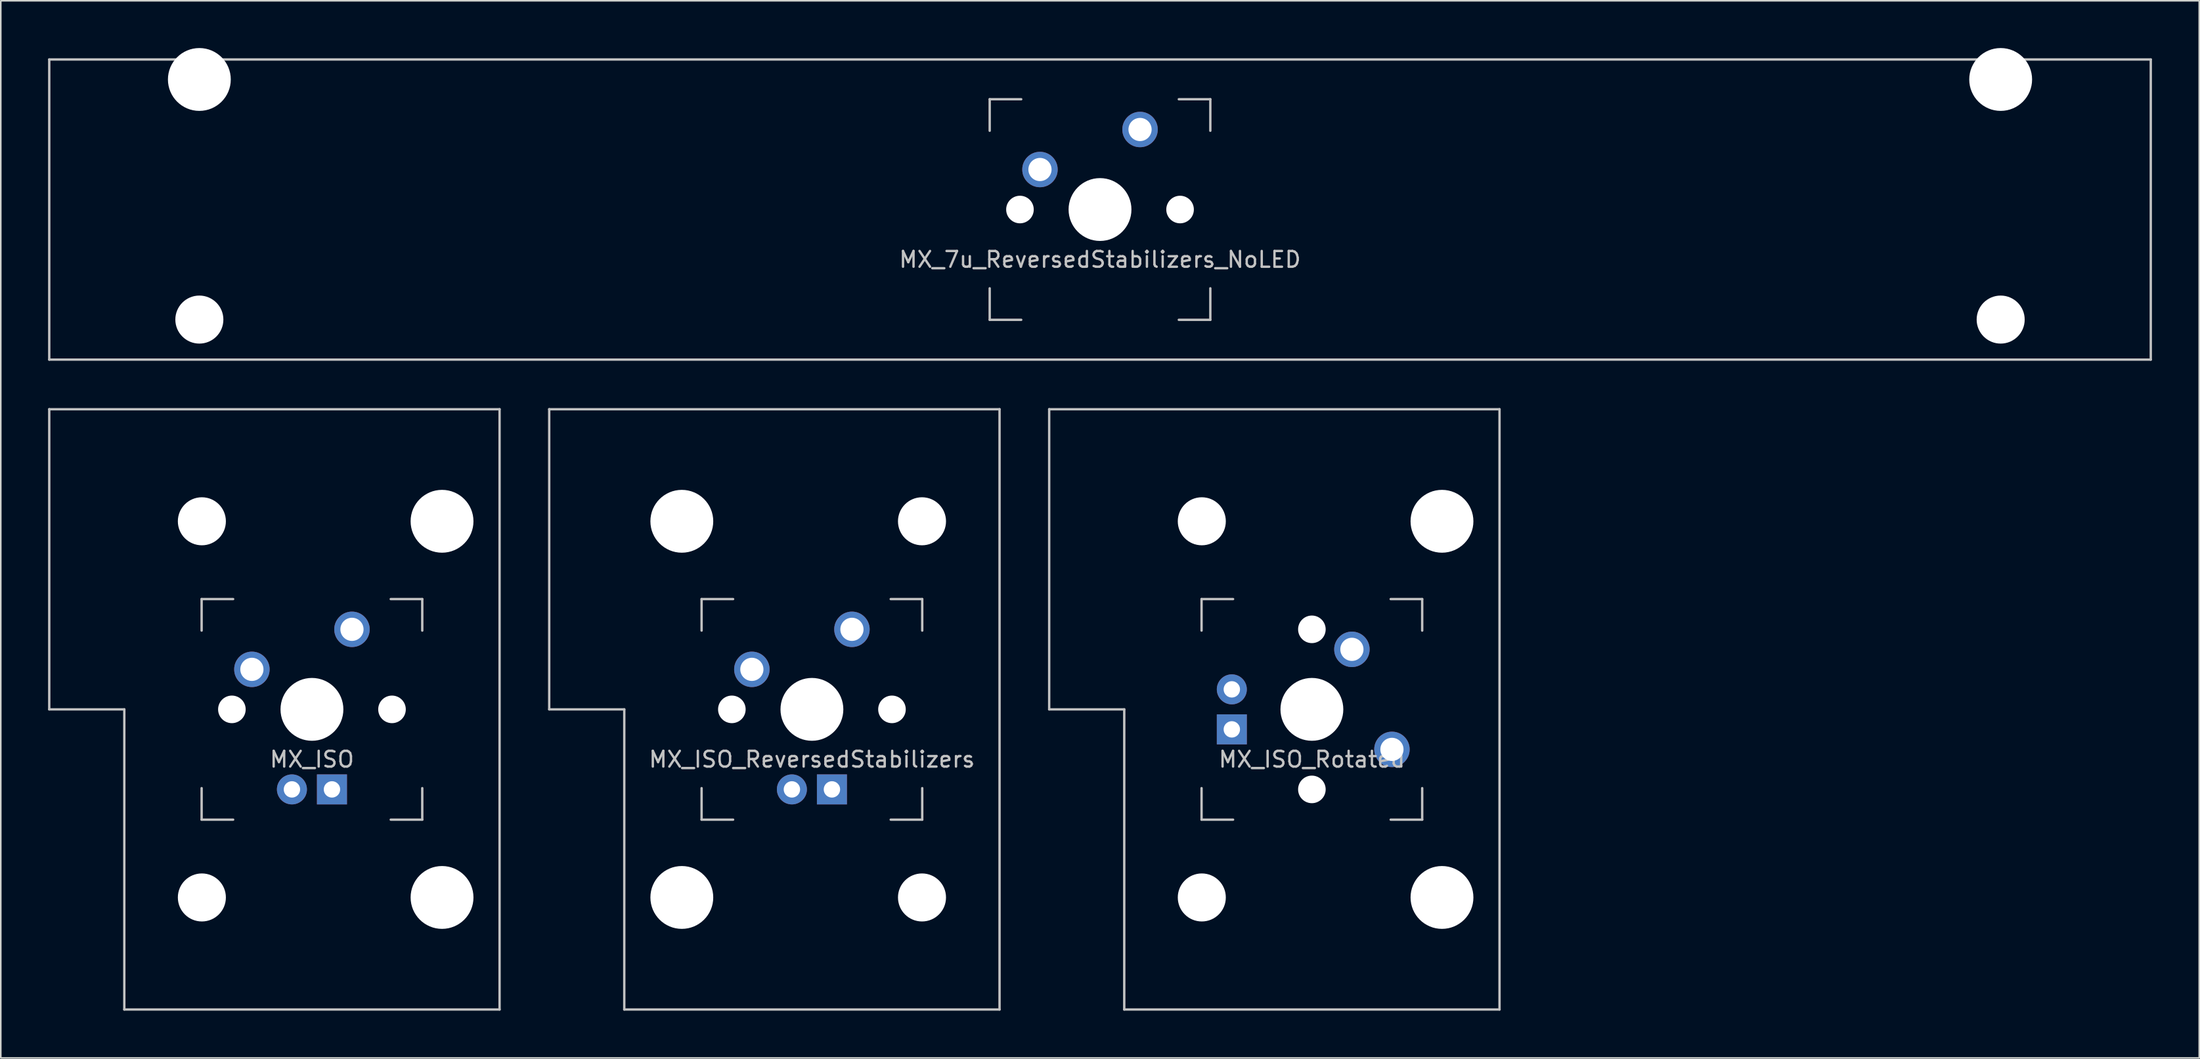
<source format=kicad_pcb>
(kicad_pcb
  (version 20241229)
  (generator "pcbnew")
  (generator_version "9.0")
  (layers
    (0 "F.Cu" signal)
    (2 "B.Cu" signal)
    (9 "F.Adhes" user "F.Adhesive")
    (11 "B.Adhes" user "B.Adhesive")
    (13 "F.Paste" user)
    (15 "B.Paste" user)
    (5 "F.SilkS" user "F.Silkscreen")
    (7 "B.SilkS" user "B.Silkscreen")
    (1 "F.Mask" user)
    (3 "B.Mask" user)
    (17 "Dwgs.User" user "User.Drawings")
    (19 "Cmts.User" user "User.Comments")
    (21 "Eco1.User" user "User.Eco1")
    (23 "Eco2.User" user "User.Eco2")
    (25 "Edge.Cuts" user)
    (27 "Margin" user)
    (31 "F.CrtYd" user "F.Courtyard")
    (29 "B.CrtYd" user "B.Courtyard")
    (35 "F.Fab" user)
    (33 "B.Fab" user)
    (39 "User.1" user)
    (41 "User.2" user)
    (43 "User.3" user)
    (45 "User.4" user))
  (footprint "MX_ISO_Rotated"
    (layer "F.Cu")
    (at 80.194 41.974)
    (property "Reference" "MX_ISO_Rotated" (at 0 3.175 0) (layer "Dwgs.User") (effects (font (size 1 1) (thickness 0.15))))
    (attr through_hole)
    (fp_line (start -16.669 -19.05) (end -16.669 0) (stroke (width 0.15) (type solid)) (layer "Dwgs.User"))
    (fp_line (start -16.669 -19.05) (end 11.906 -19.05) (stroke (width 0.15) (type solid)) (layer "Dwgs.User"))
    (fp_line (start -11.906 0) (end -16.669 0) (stroke (width 0.15) (type solid)) (layer "Dwgs.User"))
    (fp_line (start -11.906 19.05) (end -11.906 0) (stroke (width 0.15) (type solid)) (layer "Dwgs.User"))
    (fp_line (start -11.906 19.05) (end 11.906 19.05) (stroke (width 0.15) (type solid)) (layer "Dwgs.User"))
    (fp_line (start -7 -7) (end -7 -5) (stroke (width 0.15) (type solid)) (layer "Dwgs.User"))
    (fp_line (start -7 5) (end -7 7) (stroke (width 0.15) (type solid)) (layer "Dwgs.User"))
    (fp_line (start -7 7) (end -5 7) (stroke (width 0.15) (type solid)) (layer "Dwgs.User"))
    (fp_line (start -5 -7) (end -7 -7) (stroke (width 0.15) (type solid)) (layer "Dwgs.User"))
    (fp_line (start 5 -7) (end 7 -7) (stroke (width 0.15) (type solid)) (layer "Dwgs.User"))
    (fp_line (start 5 7) (end 7 7) (stroke (width 0.15) (type solid)) (layer "Dwgs.User"))
    (fp_line (start 7 -7) (end 7 -5) (stroke (width 0.15) (type solid)) (layer "Dwgs.User"))
    (fp_line (start 7 7) (end 7 5) (stroke (width 0.15) (type solid)) (layer "Dwgs.User"))
    (fp_line (start 11.906 -19.05) (end 11.906 19.05) (stroke (width 0.15) (type solid)) (layer "Dwgs.User"))
    (pad "" np_thru_hole circle (at -6.985 -11.938) (size 3.048 3.048) (drill 3.048) (layers "*.Cu" "*.Mask"))
    (pad "" np_thru_hole circle (at -6.985 11.938) (size 3.048 3.048) (drill 3.048) (layers "*.Cu" "*.Mask"))
    (pad "" np_thru_hole circle (at 0 -5.08 48.1) (size 1.75 1.75) (drill 1.75) (layers "*.Cu" "*.Mask"))
    (pad "" np_thru_hole circle (at 0 0) (size 3.988 3.988) (drill 3.988) (layers "*.Cu" "*.Mask"))
    (pad "" np_thru_hole circle (at 0 5.08 48.1) (size 1.75 1.75) (drill 1.75) (layers "*.Cu" "*.Mask"))
    (pad "" np_thru_hole circle (at 8.255 -11.938) (size 3.988 3.988) (drill 3.988) (layers "*.Cu" "*.Mask"))
    (pad "" np_thru_hole circle (at 8.255 11.938) (size 3.988 3.988) (drill 3.988) (layers "*.Cu" "*.Mask"))
    (pad "1" thru_hole circle (at 2.54 -3.81) (size 2.25 2.25) (drill 1.47) (layers "*.Cu" "B.Mask"))
    (pad "2" thru_hole circle (at 5.08 2.54) (size 2.25 2.25) (drill 1.47) (layers "*.Cu" "B.Mask"))
    (pad "3" thru_hole circle (at -5.08 -1.27) (size 1.905 1.905) (drill 1.04) (layers "*.Cu" "B.Mask"))
    (pad "4" thru_hole rect (at -5.08 1.27) (size 1.905 1.905) (drill 1.04) (layers "*.Cu" "B.Mask")))
  (footprint "MX_ISO_ReversedStabilizers"
    (layer "F.Cu")
    (at 48.469 41.974)
    (property "Reference" "MX_ISO_ReversedStabilizers" (at 0 3.175 0) (layer "Dwgs.User") (effects (font (size 1 1) (thickness 0.15))))
    (attr through_hole)
    (fp_line (start -16.669 -19.05) (end -16.669 0) (stroke (width 0.15) (type solid)) (layer "Dwgs.User"))
    (fp_line (start -16.669 -19.05) (end 11.906 -19.05) (stroke (width 0.15) (type solid)) (layer "Dwgs.User"))
    (fp_line (start -11.906 0) (end -16.669 0) (stroke (width 0.15) (type solid)) (layer "Dwgs.User"))
    (fp_line (start -11.906 19.05) (end -11.906 0) (stroke (width 0.15) (type solid)) (layer "Dwgs.User"))
    (fp_line (start -11.906 19.05) (end 11.906 19.05) (stroke (width 0.15) (type solid)) (layer "Dwgs.User"))
    (fp_line (start -7 -7) (end -7 -5) (stroke (width 0.15) (type solid)) (layer "Dwgs.User"))
    (fp_line (start -7 5) (end -7 7) (stroke (width 0.15) (type solid)) (layer "Dwgs.User"))
    (fp_line (start -7 7) (end -5 7) (stroke (width 0.15) (type solid)) (layer "Dwgs.User"))
    (fp_line (start -5 -7) (end -7 -7) (stroke (width 0.15) (type solid)) (layer "Dwgs.User"))
    (fp_line (start 5 -7) (end 7 -7) (stroke (width 0.15) (type solid)) (layer "Dwgs.User"))
    (fp_line (start 5 7) (end 7 7) (stroke (width 0.15) (type solid)) (layer "Dwgs.User"))
    (fp_line (start 7 -7) (end 7 -5) (stroke (width 0.15) (type solid)) (layer "Dwgs.User"))
    (fp_line (start 7 7) (end 7 5) (stroke (width 0.15) (type solid)) (layer "Dwgs.User"))
    (fp_line (start 11.906 -19.05) (end 11.906 19.05) (stroke (width 0.15) (type solid)) (layer "Dwgs.User"))
    (pad "" np_thru_hole circle (at -8.255 -11.938) (size 3.988 3.988) (drill 3.988) (layers "*.Cu" "*.Mask"))
    (pad "" np_thru_hole circle (at -8.255 11.938) (size 3.988 3.988) (drill 3.988) (layers "*.Cu" "*.Mask"))
    (pad "" np_thru_hole circle (at -5.08 0 48.1) (size 1.75 1.75) (drill 1.75) (layers "*.Cu" "*.Mask"))
    (pad "" np_thru_hole circle (at 0 0) (size 3.988 3.988) (drill 3.988) (layers "*.Cu" "*.Mask"))
    (pad "" np_thru_hole circle (at 5.08 0 48.1) (size 1.75 1.75) (drill 1.75) (layers "*.Cu" "*.Mask"))
    (pad "" np_thru_hole circle (at 6.985 -11.938) (size 3.048 3.048) (drill 3.048) (layers "*.Cu" "*.Mask"))
    (pad "" np_thru_hole circle (at 6.985 11.938) (size 3.048 3.048) (drill 3.048) (layers "*.Cu" "*.Mask"))
    (pad "1" thru_hole circle (at -3.81 -2.54) (size 2.25 2.25) (drill 1.47) (layers "*.Cu" "B.Mask"))
    (pad "2" thru_hole circle (at 2.54 -5.08) (size 2.25 2.25) (drill 1.47) (layers "*.Cu" "B.Mask"))
    (pad "3" thru_hole circle (at -1.27 5.08) (size 1.905 1.905) (drill 1.04) (layers "*.Cu" "B.Mask"))
    (pad "4" thru_hole rect (at 1.27 5.08) (size 1.905 1.905) (drill 1.04) (layers "*.Cu" "B.Mask")))
  (footprint "MX_ISO"
    (layer "F.Cu")
    (at 16.744 41.974)
    (property "Reference" "MX_ISO" (at 0 3.175 0) (layer "Dwgs.User") (effects (font (size 1 1) (thickness 0.15))))
    (attr through_hole)
    (fp_line (start -16.669 -19.05) (end -16.669 0) (stroke (width 0.15) (type solid)) (layer "Dwgs.User"))
    (fp_line (start -16.669 -19.05) (end 11.906 -19.05) (stroke (width 0.15) (type solid)) (layer "Dwgs.User"))
    (fp_line (start -11.906 0) (end -16.669 0) (stroke (width 0.15) (type solid)) (layer "Dwgs.User"))
    (fp_line (start -11.906 19.05) (end -11.906 0) (stroke (width 0.15) (type solid)) (layer "Dwgs.User"))
    (fp_line (start -11.906 19.05) (end 11.906 19.05) (stroke (width 0.15) (type solid)) (layer "Dwgs.User"))
    (fp_line (start -7 -7) (end -7 -5) (stroke (width 0.15) (type solid)) (layer "Dwgs.User"))
    (fp_line (start -7 5) (end -7 7) (stroke (width 0.15) (type solid)) (layer "Dwgs.User"))
    (fp_line (start -7 7) (end -5 7) (stroke (width 0.15) (type solid)) (layer "Dwgs.User"))
    (fp_line (start -5 -7) (end -7 -7) (stroke (width 0.15) (type solid)) (layer "Dwgs.User"))
    (fp_line (start 5 -7) (end 7 -7) (stroke (width 0.15) (type solid)) (layer "Dwgs.User"))
    (fp_line (start 5 7) (end 7 7) (stroke (width 0.15) (type solid)) (layer "Dwgs.User"))
    (fp_line (start 7 -7) (end 7 -5) (stroke (width 0.15) (type solid)) (layer "Dwgs.User"))
    (fp_line (start 7 7) (end 7 5) (stroke (width 0.15) (type solid)) (layer "Dwgs.User"))
    (fp_line (start 11.906 -19.05) (end 11.906 19.05) (stroke (width 0.15) (type solid)) (layer "Dwgs.User"))
    (pad "" np_thru_hole circle (at -6.985 -11.938) (size 3.048 3.048) (drill 3.048) (layers "*.Cu" "*.Mask"))
    (pad "" np_thru_hole circle (at -6.985 11.938) (size 3.048 3.048) (drill 3.048) (layers "*.Cu" "*.Mask"))
    (pad "" np_thru_hole circle (at -5.08 0 48.1) (size 1.75 1.75) (drill 1.75) (layers "*.Cu" "*.Mask"))
    (pad "" np_thru_hole circle (at 0 0) (size 3.988 3.988) (drill 3.988) (layers "*.Cu" "*.Mask"))
    (pad "" np_thru_hole circle (at 5.08 0 48.1) (size 1.75 1.75) (drill 1.75) (layers "*.Cu" "*.Mask"))
    (pad "" np_thru_hole circle (at 8.255 -11.938) (size 3.988 3.988) (drill 3.988) (layers "*.Cu" "*.Mask"))
    (pad "" np_thru_hole circle (at 8.255 11.938) (size 3.988 3.988) (drill 3.988) (layers "*.Cu" "*.Mask"))
    (pad "1" thru_hole circle (at -3.81 -2.54) (size 2.25 2.25) (drill 1.47) (layers "*.Cu" "B.Mask"))
    (pad "2" thru_hole circle (at 2.54 -5.08) (size 2.25 2.25) (drill 1.47) (layers "*.Cu" "B.Mask"))
    (pad "3" thru_hole circle (at -1.27 5.08) (size 1.905 1.905) (drill 1.04) (layers "*.Cu" "B.Mask"))
    (pad "4" thru_hole rect (at 1.27 5.08) (size 1.905 1.905) (drill 1.04) (layers "*.Cu" "B.Mask")))
  (footprint "MX_7u_ReversedStabilizers_NoLED"
    (layer "F.Cu")
    (at 66.75 10.249)
    (property "Reference" "MX_7u_ReversedStabilizers_NoLED" (at 0 3.175 0) (layer "Dwgs.User") (effects (font (size 1 1) (thickness 0.15))))
    (attr through_hole)
    (fp_line (start -66.675 -9.525) (end 66.675 -9.525) (stroke (width 0.15) (type solid)) (layer "Dwgs.User"))
    (fp_line (start -66.675 9.525) (end -66.675 -9.525) (stroke (width 0.15) (type solid)) (layer "Dwgs.User"))
    (fp_line (start -66.675 9.525) (end 66.675 9.525) (stroke (width 0.15) (type solid)) (layer "Dwgs.User"))
    (fp_line (start -7 -7) (end -7 -5) (stroke (width 0.15) (type solid)) (layer "Dwgs.User"))
    (fp_line (start -7 5) (end -7 7) (stroke (width 0.15) (type solid)) (layer "Dwgs.User"))
    (fp_line (start -7 7) (end -5 7) (stroke (width 0.15) (type solid)) (layer "Dwgs.User"))
    (fp_line (start -5 -7) (end -7 -7) (stroke (width 0.15) (type solid)) (layer "Dwgs.User"))
    (fp_line (start 5 -7) (end 7 -7) (stroke (width 0.15) (type solid)) (layer "Dwgs.User"))
    (fp_line (start 5 7) (end 7 7) (stroke (width 0.15) (type solid)) (layer "Dwgs.User"))
    (fp_line (start 7 -7) (end 7 -5) (stroke (width 0.15) (type solid)) (layer "Dwgs.User"))
    (fp_line (start 7 7) (end 7 5) (stroke (width 0.15) (type solid)) (layer "Dwgs.User"))
    (fp_line (start 66.675 -9.525) (end 66.675 9.525) (stroke (width 0.15) (type solid)) (layer "Dwgs.User"))
    (pad "" np_thru_hole circle (at -57.15 -8.255) (size 3.988 3.988) (drill 3.988) (layers "*.Cu" "*.Mask"))
    (pad "" np_thru_hole circle (at -57.15 6.985) (size 3.048 3.048) (drill 3.048) (layers "*.Cu" "*.Mask"))
    (pad "" np_thru_hole circle (at -5.08 0 48.1) (size 1.75 1.75) (drill 1.75) (layers "*.Cu" "*.Mask"))
    (pad "" np_thru_hole circle (at 0 0) (size 3.988 3.988) (drill 3.988) (layers "*.Cu" "*.Mask"))
    (pad "" np_thru_hole circle (at 5.08 0 48.1) (size 1.75 1.75) (drill 1.75) (layers "*.Cu" "*.Mask"))
    (pad "" np_thru_hole circle (at 57.15 -8.255) (size 3.988 3.988) (drill 3.988) (layers "*.Cu" "*.Mask"))
    (pad "" np_thru_hole circle (at 57.15 6.985) (size 3.048 3.048) (drill 3.048) (layers "*.Cu" "*.Mask"))
    (pad "1" thru_hole circle (at -3.81 -2.54) (size 2.25 2.25) (drill 1.47) (layers "*.Cu" "B.Mask"))
    (pad "2" thru_hole circle (at 2.54 -5.08) (size 2.25 2.25) (drill 1.47) (layers "*.Cu" "B.Mask")))
  (gr_rect
    (start -3 -3)
    (end 136.5 64.099)
    (stroke (width 0.1) (type default))
    (fill no)
    (layer "Edge.Cuts")))
</source>
